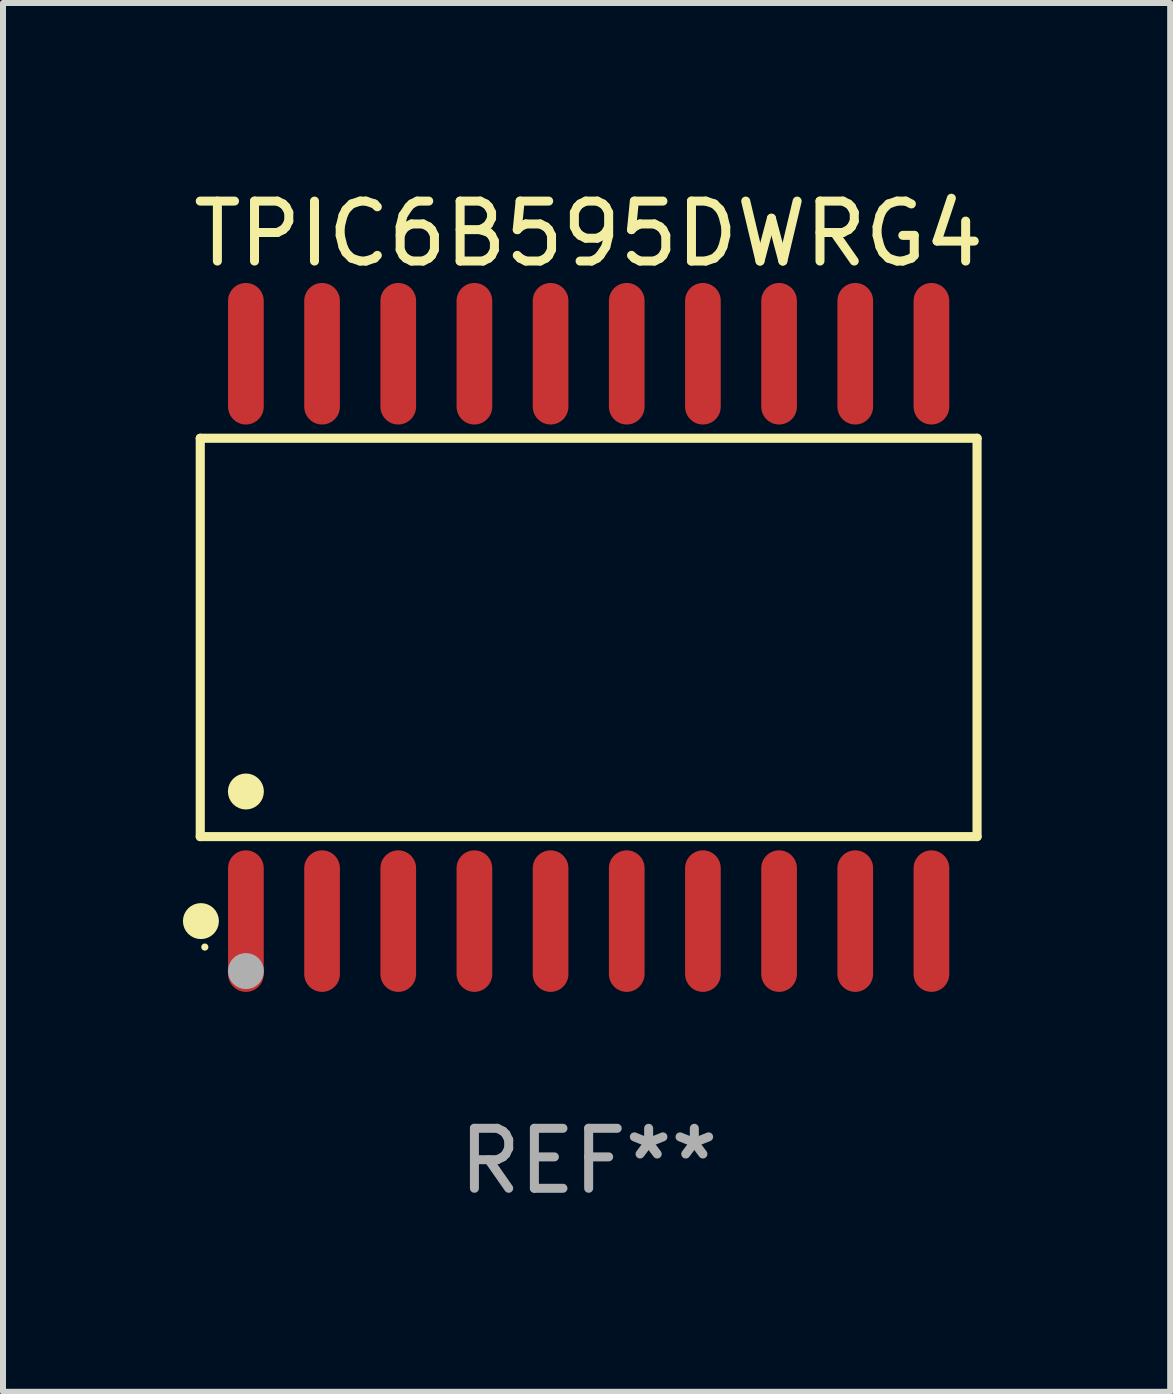
<source format=kicad_pcb>
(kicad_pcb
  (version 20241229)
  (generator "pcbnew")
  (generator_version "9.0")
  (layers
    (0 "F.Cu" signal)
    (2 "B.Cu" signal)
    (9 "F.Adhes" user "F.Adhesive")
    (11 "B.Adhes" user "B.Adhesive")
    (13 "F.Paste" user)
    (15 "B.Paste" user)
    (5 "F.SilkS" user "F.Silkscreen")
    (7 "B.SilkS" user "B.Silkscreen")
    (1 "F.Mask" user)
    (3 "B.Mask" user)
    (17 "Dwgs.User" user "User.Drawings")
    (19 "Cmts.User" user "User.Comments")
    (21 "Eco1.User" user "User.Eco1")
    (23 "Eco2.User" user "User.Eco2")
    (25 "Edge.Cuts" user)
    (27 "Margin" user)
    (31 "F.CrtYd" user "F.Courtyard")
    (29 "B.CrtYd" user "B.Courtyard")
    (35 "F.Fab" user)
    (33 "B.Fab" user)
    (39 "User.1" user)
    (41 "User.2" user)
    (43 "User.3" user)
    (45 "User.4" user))
  (footprint "TPIC6B595DWRG4"
    (layer "F.Cu")
    (at 6.765 7.578)
    (property "Reference" "TPIC6B595DWRG4" (at 0 -6.73 0) (layer "F.SilkS") (effects (font (size 1 1) (thickness 0.15))))
    (attr through_hole)
    (fp_line (start -6.476 -3.321) (end 6.476 -3.321) (stroke (width 0.152) (type solid)) (layer "F.SilkS"))
    (fp_line (start -6.476 3.321) (end -6.476 -3.321) (stroke (width 0.152) (type solid)) (layer "F.SilkS"))
    (fp_line (start 6.476 -3.321) (end 6.476 3.321) (stroke (width 0.152) (type solid)) (layer "F.SilkS"))
    (fp_line (start 6.476 3.321) (end -6.476 3.321) (stroke (width 0.152) (type solid)) (layer "F.SilkS"))
    (fp_circle (center -6.465 4.73) (end -6.315 4.73) (stroke (width 0.3) (type solid)) (fill no) (layer "F.SilkS"))
    (fp_circle (center -6.4 5.163) (end -6.37 5.163) (stroke (width 0.06) (type solid)) (fill no) (layer "F.SilkS"))
    (fp_circle (center -5.715 2.569) (end -5.565 2.569) (stroke (width 0.3) (type solid)) (fill no) (layer "F.SilkS"))
    (fp_circle (center -5.715 5.563) (end -5.565 5.563) (stroke (width 0.3) (type solid)) (fill no) (layer "F.Fab"))
    (fp_text user "REF**" (at 0 8.73 0) (layer "F.Fab") (effects (font (size 1 1) (thickness 0.15))))
    (pad "1" smd oval (at -5.715 4.73) (size 0.595 2.36) (layers "F.Cu" "F.Mask" "F.Paste"))
    (pad "2" smd oval (at -4.445 4.73) (size 0.595 2.36) (layers "F.Cu" "F.Mask" "F.Paste"))
    (pad "3" smd oval (at -3.175 4.73) (size 0.595 2.36) (layers "F.Cu" "F.Mask" "F.Paste"))
    (pad "4" smd oval (at -1.905 4.73) (size 0.595 2.36) (layers "F.Cu" "F.Mask" "F.Paste"))
    (pad "5" smd oval (at -0.635 4.73) (size 0.595 2.36) (layers "F.Cu" "F.Mask" "F.Paste"))
    (pad "6" smd oval (at 0.635 4.73) (size 0.595 2.36) (layers "F.Cu" "F.Mask" "F.Paste"))
    (pad "7" smd oval (at 1.905 4.73) (size 0.595 2.36) (layers "F.Cu" "F.Mask" "F.Paste"))
    (pad "8" smd oval (at 3.175 4.73) (size 0.595 2.36) (layers "F.Cu" "F.Mask" "F.Paste"))
    (pad "9" smd oval (at 4.445 4.73) (size 0.595 2.36) (layers "F.Cu" "F.Mask" "F.Paste"))
    (pad "10" smd oval (at 5.715 4.73) (size 0.595 2.36) (layers "F.Cu" "F.Mask" "F.Paste"))
    (pad "11" smd oval (at 5.715 -4.73) (size 0.595 2.36) (layers "F.Cu" "F.Mask" "F.Paste"))
    (pad "12" smd oval (at 4.445 -4.73) (size 0.595 2.36) (layers "F.Cu" "F.Mask" "F.Paste"))
    (pad "13" smd oval (at 3.175 -4.73) (size 0.595 2.36) (layers "F.Cu" "F.Mask" "F.Paste"))
    (pad "14" smd oval (at 1.905 -4.73) (size 0.595 2.36) (layers "F.Cu" "F.Mask" "F.Paste"))
    (pad "15" smd oval (at 0.635 -4.73) (size 0.595 2.36) (layers "F.Cu" "F.Mask" "F.Paste"))
    (pad "16" smd oval (at -0.635 -4.73) (size 0.595 2.36) (layers "F.Cu" "F.Mask" "F.Paste"))
    (pad "17" smd oval (at -1.905 -4.73) (size 0.595 2.36) (layers "F.Cu" "F.Mask" "F.Paste"))
    (pad "18" smd oval (at -3.175 -4.73) (size 0.595 2.36) (layers "F.Cu" "F.Mask" "F.Paste"))
    (pad "19" smd oval (at -4.445 -4.73) (size 0.595 2.36) (layers "F.Cu" "F.Mask" "F.Paste"))
    (pad "20" smd oval (at -5.715 -4.73) (size 0.595 2.36) (layers "F.Cu" "F.Mask" "F.Paste")))
  (gr_rect
    (start -3 -3)
    (end 16.461 20.156)
    (stroke (width 0.1) (type default))
    (fill no)
    (layer "Edge.Cuts")))
</source>
